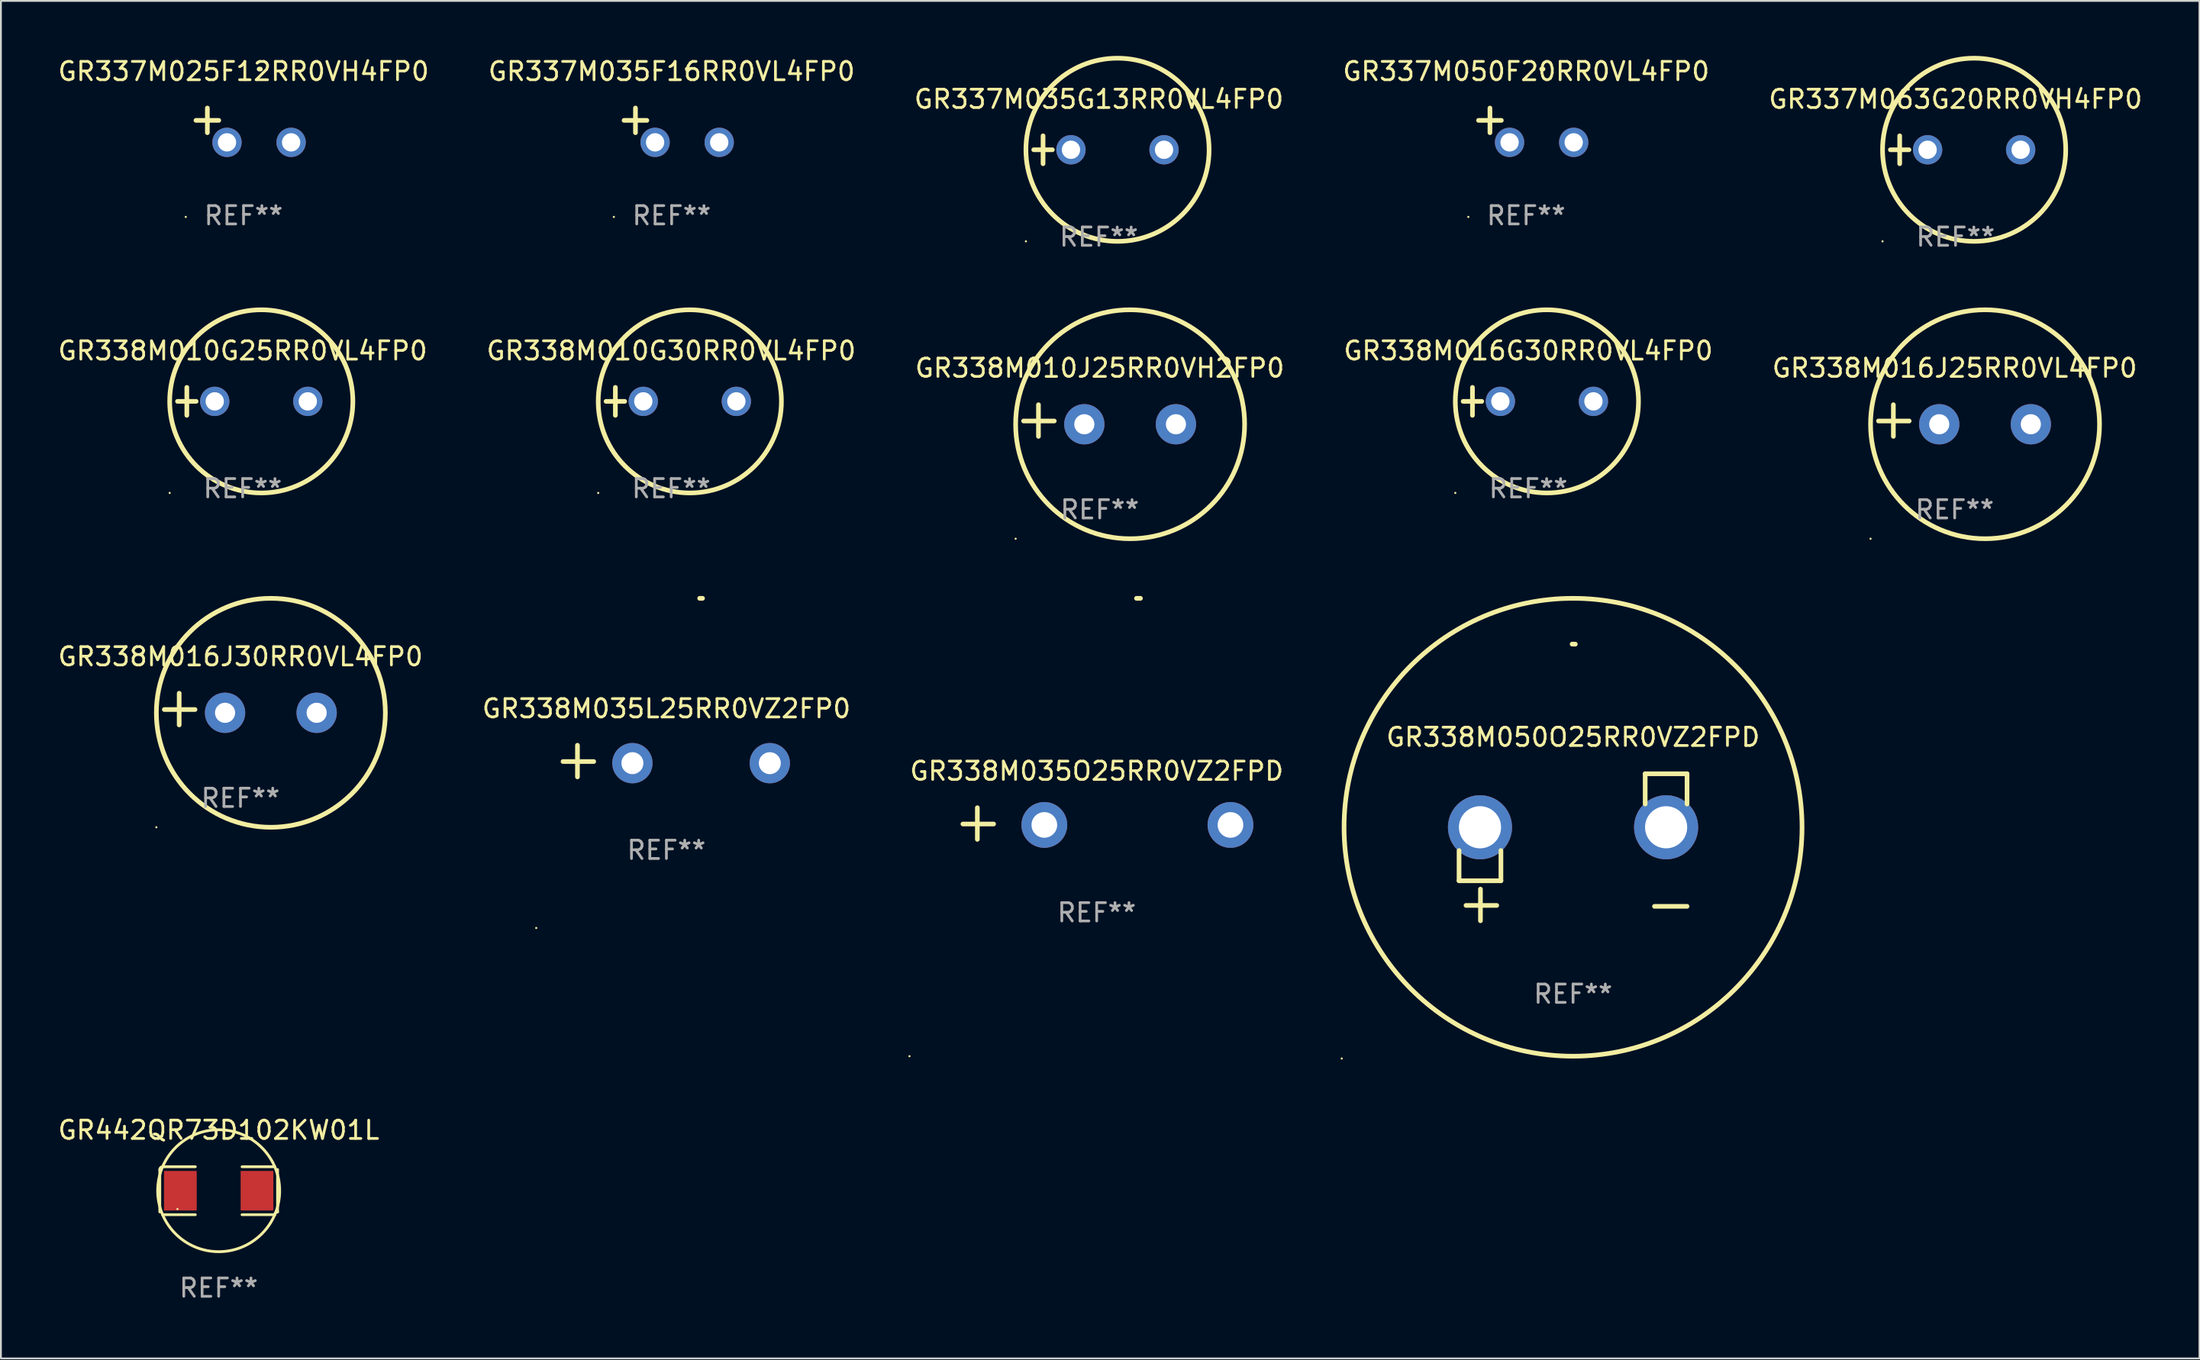
<source format=kicad_pcb>
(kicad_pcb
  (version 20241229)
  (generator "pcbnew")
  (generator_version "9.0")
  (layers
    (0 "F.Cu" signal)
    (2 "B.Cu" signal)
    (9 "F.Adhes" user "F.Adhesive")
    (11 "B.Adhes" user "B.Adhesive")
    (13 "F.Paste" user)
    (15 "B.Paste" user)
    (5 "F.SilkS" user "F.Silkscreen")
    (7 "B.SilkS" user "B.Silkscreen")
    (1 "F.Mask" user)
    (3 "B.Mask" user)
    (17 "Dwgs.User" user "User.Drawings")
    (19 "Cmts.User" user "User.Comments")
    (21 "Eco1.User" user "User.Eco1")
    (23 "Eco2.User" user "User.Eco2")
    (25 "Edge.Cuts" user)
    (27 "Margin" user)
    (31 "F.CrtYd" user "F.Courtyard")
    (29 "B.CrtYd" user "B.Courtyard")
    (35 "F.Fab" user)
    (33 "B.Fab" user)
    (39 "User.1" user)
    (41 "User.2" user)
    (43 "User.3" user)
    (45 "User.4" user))
  (footprint "GR338M016G30RR0VL4FP0"
    (layer "F.Cu")
    (at 80.375 18.864)
    (property "Reference" "GR338M016G30RR0VL4FP0" (at 0 -2.762 0) (layer "F.SilkS") (effects (font (size 1 1) (thickness 0.15))))
    (attr through_hole)
    (fp_line (start -3.556 0) (end -2.54 0) (stroke (width 0.254) (type solid)) (layer "F.SilkS"))
    (fp_line (start -3.048 -0.762) (end -3.048 0.762) (stroke (width 0.254) (type solid)) (layer "F.SilkS"))
    (fp_circle (center -3.984 5) (end -3.954 5) (stroke (width 0.06) (type solid)) (fill no) (layer "F.SilkS"))
    (fp_circle (center 1.016 0) (end 6.016 0) (stroke (width 0.254) (type solid)) (fill no) (layer "F.SilkS"))
    (fp_text user "REF**" (at 0 4.762 0) (layer "F.Fab") (effects (font (size 1 1) (thickness 0.15))))
    (pad "1" thru_hole circle (at -1.524 0) (size 1.6 1.6) (drill 1) (layers "*.Cu" "*.Mask"))
    (pad "2" thru_hole circle (at 3.556 0) (size 1.6 1.6) (drill 1) (layers "*.Cu" "*.Mask")))
  (footprint "GR338M010J25RR0VH2FP0"
    (layer "F.Cu")
    (at 56.982 19.911)
    (property "Reference" "GR338M010J25RR0VH2FP0" (at 0 -2.864 0) (layer "F.SilkS") (effects (font (size 1 1) (thickness 0.15))))
    (attr through_hole)
    (fp_line (start -3.346 0.864) (end -3.346 -0.864) (stroke (width 0.254) (type solid)) (layer "F.SilkS"))
    (fp_line (start -2.482 0.025) (end -4.158 0.025) (stroke (width 0.254) (type solid)) (layer "F.SilkS"))
    (fp_circle (center -4.592 6.453) (end -4.562 6.453) (stroke (width 0.06) (type solid)) (fill no) (layer "F.SilkS"))
    (fp_circle (center 1.658 0.203) (end 7.908 0.203) (stroke (width 0.254) (type solid)) (fill no) (layer "F.SilkS"))
    (fp_text user "REF**" (at 0 4.864 0) (layer "F.Fab") (effects (font (size 1 1) (thickness 0.15))))
    (pad "1" thru_hole circle (at -0.842 0.203) (size 2.2 2.2) (drill 1.1) (layers "*.Cu" "*.Mask"))
    (pad "2" thru_hole circle (at 4.158 0.203) (size 2.2 2.2) (drill 1.1) (layers "*.Cu" "*.Mask")))
  (footprint "GR442QR73D102KW01L"
    (layer "F.Cu")
    (at 8.887 61.962)
    (property "Reference" "GR442QR73D102KW01L" (at 0 -3.309 0) (layer "F.SilkS") (effects (font (size 1 1) (thickness 0.15))))
    (attr through_hole)
    (fp_line (start -3.214 -1.156) (end -3.214 1.156) (stroke (width 0.152) (type solid)) (layer "F.SilkS"))
    (fp_line (start -3.061 1.309) (end -1.276 1.309) (stroke (width 0.152) (type solid)) (layer "F.SilkS"))
    (fp_line (start -1.276 -1.309) (end -3.061 -1.309) (stroke (width 0.152) (type solid)) (layer "F.SilkS"))
    (fp_line (start 1.276 -1.309) (end 3.061 -1.309) (stroke (width 0.152) (type solid)) (layer "F.SilkS"))
    (fp_line (start 3.061 1.309) (end 1.276 1.309) (stroke (width 0.152) (type solid)) (layer "F.SilkS"))
    (fp_line (start 3.214 -1.156) (end 3.214 1.156) (stroke (width 0.152) (type solid)) (layer "F.SilkS"))
    (fp_arc (start -3.21359 -1.15621) (mid -3.168953 -1.263974) (end -3.061189 -1.308611) (stroke (width 0.1524) (type solid)) (layer "F.SilkS"))
    (fp_arc (start 3.061188 1.308611) (mid 3.105825 1.200847) (end 3.213589 1.15621) (stroke (width 0.1524) (type solid)) (layer "F.SilkS"))
    (fp_arc (start 3.061189 -1.308611) (mid -3.061167 1.308589) (end 3.061189 -1.308611) (stroke (width 0.1524) (type solid)) (layer "F.SilkS"))
    (fp_circle (center -2.25 1) (end -2.22 1) (stroke (width 0.06) (type solid)) (fill no) (layer "F.SilkS"))
    (fp_text user "REF**" (at 0 5.309 0) (layer "F.Fab") (effects (font (size 1 1) (thickness 0.15))))
    (pad "1" smd rect (at -2.092 0) (size 1.785 2.16) (layers "F.Cu" "F.Mask" "F.Paste"))
    (pad "2" smd rect (at 2.092 0) (size 1.785 2.16) (layers "F.Cu" "F.Mask" "F.Paste")))
  (footprint "GR338M016J25RR0VL4FP0"
    (layer "F.Cu")
    (at 103.649 19.911)
    (property "Reference" "GR338M016J25RR0VL4FP0" (at 0 -2.864 0) (layer "F.SilkS") (effects (font (size 1 1) (thickness 0.15))))
    (attr through_hole)
    (fp_line (start -3.346 0.864) (end -3.346 -0.864) (stroke (width 0.254) (type solid)) (layer "F.SilkS"))
    (fp_line (start -2.482 0.025) (end -4.158 0.025) (stroke (width 0.254) (type solid)) (layer "F.SilkS"))
    (fp_circle (center -4.592 6.453) (end -4.562 6.453) (stroke (width 0.06) (type solid)) (fill no) (layer "F.SilkS"))
    (fp_circle (center 1.658 0.203) (end 7.908 0.203) (stroke (width 0.254) (type solid)) (fill no) (layer "F.SilkS"))
    (fp_text user "REF**" (at 0 4.864 0) (layer "F.Fab") (effects (font (size 1 1) (thickness 0.15))))
    (pad "1" thru_hole circle (at -0.842 0.203) (size 2.2 2.2) (drill 1.1) (layers "*.Cu" "*.Mask"))
    (pad "2" thru_hole circle (at 4.158 0.203) (size 2.2 2.2) (drill 1.1) (layers "*.Cu" "*.Mask")))
  (footprint "GR338M035L25RR0VZ2FP0"
    (layer "F.Cu")
    (at 33.327 38.504)
    (property "Reference" "GR338M035L25RR0VZ2FP0" (at 0 -2.864 0) (layer "F.SilkS") (effects (font (size 1 1) (thickness 0.15))))
    (attr through_hole)
    (fp_line (start -4.856 0.864) (end -4.856 -0.864) (stroke (width 0.254) (type solid)) (layer "F.SilkS"))
    (fp_line (start -3.967 0.025) (end -5.644 0.025) (stroke (width 0.254) (type solid)) (layer "F.SilkS"))
    (fp_arc (start 1.815024 -8.885649) (mid 1.893764 -8.88599) (end 1.972504 -8.885649) (stroke (width 0.254001) (type solid)) (layer "F.SilkS"))
    (fp_circle (center -7.106 9.114) (end -7.076 9.114) (stroke (width 0.06) (type solid)) (fill no) (layer "F.SilkS"))
    (fp_text user "REF**" (at 0 4.864 0) (layer "F.Fab") (effects (font (size 1 1) (thickness 0.15))))
    (pad "1" thru_hole circle (at -1.856 0.114) (size 2.2 2.2) (drill 1.2) (layers "*.Cu" "*.Mask"))
    (pad "2" thru_hole circle (at 5.644 0.114) (size 2.2 2.2) (drill 1.2) (layers "*.Cu" "*.Mask")))
  (footprint "GR338M010G30RR0VL4FP0"
    (layer "F.Cu")
    (at 33.589 18.864)
    (property "Reference" "GR338M010G30RR0VL4FP0" (at 0 -2.762 0) (layer "F.SilkS") (effects (font (size 1 1) (thickness 0.15))))
    (attr through_hole)
    (fp_line (start -3.556 0) (end -2.54 0) (stroke (width 0.254) (type solid)) (layer "F.SilkS"))
    (fp_line (start -3.048 -0.762) (end -3.048 0.762) (stroke (width 0.254) (type solid)) (layer "F.SilkS"))
    (fp_circle (center -3.984 5) (end -3.954 5) (stroke (width 0.06) (type solid)) (fill no) (layer "F.SilkS"))
    (fp_circle (center 1.016 0) (end 6.016 0) (stroke (width 0.254) (type solid)) (fill no) (layer "F.SilkS"))
    (fp_text user "REF**" (at 0 4.762 0) (layer "F.Fab") (effects (font (size 1 1) (thickness 0.15))))
    (pad "1" thru_hole circle (at -1.524 0) (size 1.6 1.6) (drill 1) (layers "*.Cu" "*.Mask"))
    (pad "2" thru_hole circle (at 3.556 0) (size 1.6 1.6) (drill 1) (layers "*.Cu" "*.Mask")))
  (footprint "GR337M035G13RR0VL4FP0"
    (layer "F.Cu")
    (at 56.935 5.127)
    (property "Reference" "GR337M035G13RR0VL4FP0" (at 0 -2.762 0) (layer "F.SilkS") (effects (font (size 1 1) (thickness 0.15))))
    (attr through_hole)
    (fp_line (start -3.556 0) (end -2.54 0) (stroke (width 0.254) (type solid)) (layer "F.SilkS"))
    (fp_line (start -3.048 -0.762) (end -3.048 0.762) (stroke (width 0.254) (type solid)) (layer "F.SilkS"))
    (fp_circle (center -3.984 5) (end -3.954 5) (stroke (width 0.06) (type solid)) (fill no) (layer "F.SilkS"))
    (fp_circle (center 1.016 0) (end 6.016 0) (stroke (width 0.254) (type solid)) (fill no) (layer "F.SilkS"))
    (fp_text user "REF**" (at 0 4.762 0) (layer "F.Fab") (effects (font (size 1 1) (thickness 0.15))))
    (pad "1" thru_hole circle (at -1.524 0) (size 1.6 1.6) (drill 1) (layers "*.Cu" "*.Mask"))
    (pad "2" thru_hole circle (at 3.556 0) (size 1.6 1.6) (drill 1) (layers "*.Cu" "*.Mask")))
  (footprint "GR338M016J30RR0VL4FP0"
    (layer "F.Cu")
    (at 10.077 35.665)
    (property "Reference" "GR338M016J30RR0VL4FP0" (at 0 -2.864 0) (layer "F.SilkS") (effects (font (size 1 1) (thickness 0.15))))
    (attr through_hole)
    (fp_line (start -3.346 0.864) (end -3.346 -0.864) (stroke (width 0.254) (type solid)) (layer "F.SilkS"))
    (fp_line (start -2.482 0.025) (end -4.158 0.025) (stroke (width 0.254) (type solid)) (layer "F.SilkS"))
    (fp_circle (center -4.592 6.453) (end -4.562 6.453) (stroke (width 0.06) (type solid)) (fill no) (layer "F.SilkS"))
    (fp_circle (center 1.658 0.203) (end 7.908 0.203) (stroke (width 0.254) (type solid)) (fill no) (layer "F.SilkS"))
    (fp_text user "REF**" (at 0 4.864 0) (layer "F.Fab") (effects (font (size 1 1) (thickness 0.15))))
    (pad "1" thru_hole circle (at -0.842 0.203) (size 2.2 2.2) (drill 1.1) (layers "*.Cu" "*.Mask"))
    (pad "2" thru_hole circle (at 4.158 0.203) (size 2.2 2.2) (drill 1.1) (layers "*.Cu" "*.Mask")))
  (footprint "GR338M035O25RR0VZ2FPD"
    (layer "F.Cu")
    (at 56.815 41.915)
    (property "Reference" "GR338M035O25RR0VZ2FPD" (at 0 -2.864 0) (layer "F.SilkS") (effects (font (size 1 1) (thickness 0.15))))
    (attr through_hole)
    (fp_line (start -6.515 0.864) (end -6.515 -0.864) (stroke (width 0.254) (type solid)) (layer "F.SilkS"))
    (fp_line (start -5.626 0.025) (end -7.303 0.025) (stroke (width 0.254) (type solid)) (layer "F.SilkS"))
    (fp_arc (start 2.171704 -12.296165) (mid 2.280925 -12.296638) (end 2.390145 -12.296165) (stroke (width 0.254001) (type solid)) (layer "F.SilkS"))
    (fp_circle (center -10.219 12.703) (end -10.189 12.703) (stroke (width 0.06) (type solid)) (fill no) (layer "F.SilkS"))
    (fp_text user "REF**" (at 0 4.864 0) (layer "F.Fab") (effects (font (size 1 1) (thickness 0.15))))
    (pad "1" thru_hole circle (at -2.858 0.076) (size 2.5 2.5) (drill 1.4) (layers "*.Cu" "*.Mask"))
    (pad "2" thru_hole circle (at 7.303 0.076) (size 2.5 2.5) (drill 1.4) (layers "*.Cu" "*.Mask")))
  (footprint "GR337M063G20RR0VH4FP0"
    (layer "F.Cu")
    (at 103.696 5.127)
    (property "Reference" "GR337M063G20RR0VH4FP0" (at 0 -2.762 0) (layer "F.SilkS") (effects (font (size 1 1) (thickness 0.15))))
    (attr through_hole)
    (fp_line (start -3.556 0) (end -2.54 0) (stroke (width 0.254) (type solid)) (layer "F.SilkS"))
    (fp_line (start -3.048 -0.762) (end -3.048 0.762) (stroke (width 0.254) (type solid)) (layer "F.SilkS"))
    (fp_circle (center -3.984 5) (end -3.954 5) (stroke (width 0.06) (type solid)) (fill no) (layer "F.SilkS"))
    (fp_circle (center 1.016 0) (end 6.016 0) (stroke (width 0.254) (type solid)) (fill no) (layer "F.SilkS"))
    (fp_text user "REF**" (at 0 4.762 0) (layer "F.Fab") (effects (font (size 1 1) (thickness 0.15))))
    (pad "1" thru_hole circle (at -1.524 0) (size 1.6 1.6) (drill 1) (layers "*.Cu" "*.Mask"))
    (pad "2" thru_hole circle (at 3.556 0) (size 1.6 1.6) (drill 1) (layers "*.Cu" "*.Mask")))
  (footprint "GR337M025F12RR0VH4FP0"
    (layer "F.Cu")
    (at 10.244 3.785)
    (property "Reference" "GR337M025F12RR0VH4FP0" (at 0 -2.937 0) (layer "F.SilkS") (effects (font (size 1 1) (thickness 0.15))))
    (attr through_hole)
    (fp_line (start -1.975 0.41) (end -1.975 -0.937) (stroke (width 0.254) (type solid)) (layer "F.SilkS"))
    (fp_line (start -1.353 -0.263) (end -2.597 -0.263) (stroke (width 0.254) (type solid)) (layer "F.SilkS"))
    (fp_arc (start 0.849809 -3.063957) (mid 0.885369 -3.064114) (end 0.920929 -3.063957) (stroke (width 0.254001) (type solid)) (layer "F.SilkS"))
    (fp_circle (center -3.154 5.008) (end -3.124 5.008) (stroke (width 0.06) (type solid)) (fill no) (layer "F.SilkS"))
    (fp_text user "REF**" (at 0 4.937 0) (layer "F.Fab") (effects (font (size 1 1) (thickness 0.15))))
    (pad "1" thru_hole circle (at -0.903 0.937) (size 1.6 1.6) (drill 1) (layers "*.Cu" "*.Mask"))
    (pad "2" thru_hole circle (at 2.597 0.937) (size 1.6 1.6) (drill 1) (layers "*.Cu" "*.Mask")))
  (footprint "GR337M050F20RR0VL4FP0"
    (layer "F.Cu")
    (at 80.256 3.785)
    (property "Reference" "GR337M050F20RR0VL4FP0" (at 0 -2.937 0) (layer "F.SilkS") (effects (font (size 1 1) (thickness 0.15))))
    (attr through_hole)
    (fp_line (start -1.975 0.41) (end -1.975 -0.937) (stroke (width 0.254) (type solid)) (layer "F.SilkS"))
    (fp_line (start -1.353 -0.263) (end -2.597 -0.263) (stroke (width 0.254) (type solid)) (layer "F.SilkS"))
    (fp_arc (start 0.849809 -3.063957) (mid 0.885369 -3.064114) (end 0.920929 -3.063957) (stroke (width 0.254001) (type solid)) (layer "F.SilkS"))
    (fp_circle (center -3.154 5.008) (end -3.124 5.008) (stroke (width 0.06) (type solid)) (fill no) (layer "F.SilkS"))
    (fp_text user "REF**" (at 0 4.937 0) (layer "F.Fab") (effects (font (size 1 1) (thickness 0.15))))
    (pad "1" thru_hole circle (at -0.903 0.937) (size 1.6 1.6) (drill 1) (layers "*.Cu" "*.Mask"))
    (pad "2" thru_hole circle (at 2.597 0.937) (size 1.6 1.6) (drill 1) (layers "*.Cu" "*.Mask")))
  (footprint "GR337M035F16RR0VL4FP0"
    (layer "F.Cu")
    (at 33.613 3.785)
    (property "Reference" "GR337M035F16RR0VL4FP0" (at 0 -2.937 0) (layer "F.SilkS") (effects (font (size 1 1) (thickness 0.15))))
    (attr through_hole)
    (fp_line (start -1.975 0.41) (end -1.975 -0.937) (stroke (width 0.254) (type solid)) (layer "F.SilkS"))
    (fp_line (start -1.353 -0.263) (end -2.597 -0.263) (stroke (width 0.254) (type solid)) (layer "F.SilkS"))
    (fp_arc (start 0.849809 -3.063957) (mid 0.885369 -3.064114) (end 0.920929 -3.063957) (stroke (width 0.254001) (type solid)) (layer "F.SilkS"))
    (fp_circle (center -3.154 5.008) (end -3.124 5.008) (stroke (width 0.06) (type solid)) (fill no) (layer "F.SilkS"))
    (fp_text user "REF**" (at 0 4.937 0) (layer "F.Fab") (effects (font (size 1 1) (thickness 0.15))))
    (pad "1" thru_hole circle (at -0.903 0.937) (size 1.6 1.6) (drill 1) (layers "*.Cu" "*.Mask"))
    (pad "2" thru_hole circle (at 2.597 0.937) (size 1.6 1.6) (drill 1) (layers "*.Cu" "*.Mask")))
  (footprint "GR338M050O25RR0VZ2FPD"
    (layer "F.Cu")
    (at 82.818 43.21)
    (property "Reference" "GR338M050O25RR0VZ2FPD" (at 0 -6.013 0) (layer "F.SilkS") (effects (font (size 1 1) (thickness 0.15))))
    (attr through_hole)
    (fp_line (start -6.223 0.178) (end -6.223 1.829) (stroke (width 0.254) (type solid)) (layer "F.SilkS"))
    (fp_line (start -6.223 1.829) (end -3.937 1.829) (stroke (width 0.254) (type solid)) (layer "F.SilkS"))
    (fp_line (start -5.055 4.013) (end -5.055 2.286) (stroke (width 0.254) (type solid)) (layer "F.SilkS"))
    (fp_line (start -4.166 3.175) (end -5.842 3.175) (stroke (width 0.254) (type solid)) (layer "F.SilkS"))
    (fp_line (start -3.937 1.829) (end -3.937 0.178) (stroke (width 0.254) (type solid)) (layer "F.SilkS"))
    (fp_line (start 3.937 -4.013) (end 3.937 -2.362) (stroke (width 0.254) (type solid)) (layer "F.SilkS"))
    (fp_line (start 6.223 -4.013) (end 3.937 -4.013) (stroke (width 0.254) (type solid)) (layer "F.SilkS"))
    (fp_line (start 6.223 -2.362) (end 6.223 -4.013) (stroke (width 0.254) (type solid)) (layer "F.SilkS"))
    (fp_line (start 6.223 3.226) (end 4.445 3.226) (stroke (width 0.254) (type solid)) (layer "F.SilkS"))
    (fp_arc (start -0.0508 -11.092202) (mid 0.036835 -11.091307) (end 0.12446 -11.089662) (stroke (width 0.254001) (type solid)) (layer "F.SilkS"))
    (fp_circle (center -12.627 11.535) (end -12.597 11.535) (stroke (width 0.06) (type solid)) (fill no) (layer "F.SilkS"))
    (fp_circle (center 0 -1.092) (end 12.5 -1.092) (stroke (width 0.254) (type solid)) (fill no) (layer "F.SilkS"))
    (fp_text user "REF**" (at 0 8.013 0) (layer "F.Fab") (effects (font (size 1 1) (thickness 0.15))))
    (pad "1" thru_hole circle (at -5.08 -1.092) (size 3.5 3.5) (drill 2.3) (layers "*.Cu" "*.Mask"))
    (pad "2" thru_hole circle (at 5.08 -1.092) (size 3.5 3.5) (drill 2.3) (layers "*.Cu" "*.Mask")))
  (footprint "GR338M010G25RR0VL4FP0"
    (layer "F.Cu")
    (at 10.196 18.864)
    (property "Reference" "GR338M010G25RR0VL4FP0" (at 0 -2.762 0) (layer "F.SilkS") (effects (font (size 1 1) (thickness 0.15))))
    (attr through_hole)
    (fp_line (start -3.556 0) (end -2.54 0) (stroke (width 0.254) (type solid)) (layer "F.SilkS"))
    (fp_line (start -3.048 -0.762) (end -3.048 0.762) (stroke (width 0.254) (type solid)) (layer "F.SilkS"))
    (fp_circle (center -3.984 5) (end -3.954 5) (stroke (width 0.06) (type solid)) (fill no) (layer "F.SilkS"))
    (fp_circle (center 1.016 0) (end 6.016 0) (stroke (width 0.254) (type solid)) (fill no) (layer "F.SilkS"))
    (fp_text user "REF**" (at 0 4.762 0) (layer "F.Fab") (effects (font (size 1 1) (thickness 0.15))))
    (pad "1" thru_hole circle (at -1.524 0) (size 1.6 1.6) (drill 1) (layers "*.Cu" "*.Mask"))
    (pad "2" thru_hole circle (at 3.556 0) (size 1.6 1.6) (drill 1) (layers "*.Cu" "*.Mask")))
  (gr_rect
    (start -3 -3)
    (end 117.012 71.119)
    (stroke (width 0.1) (type default))
    (fill no)
    (layer "Edge.Cuts")))
</source>
